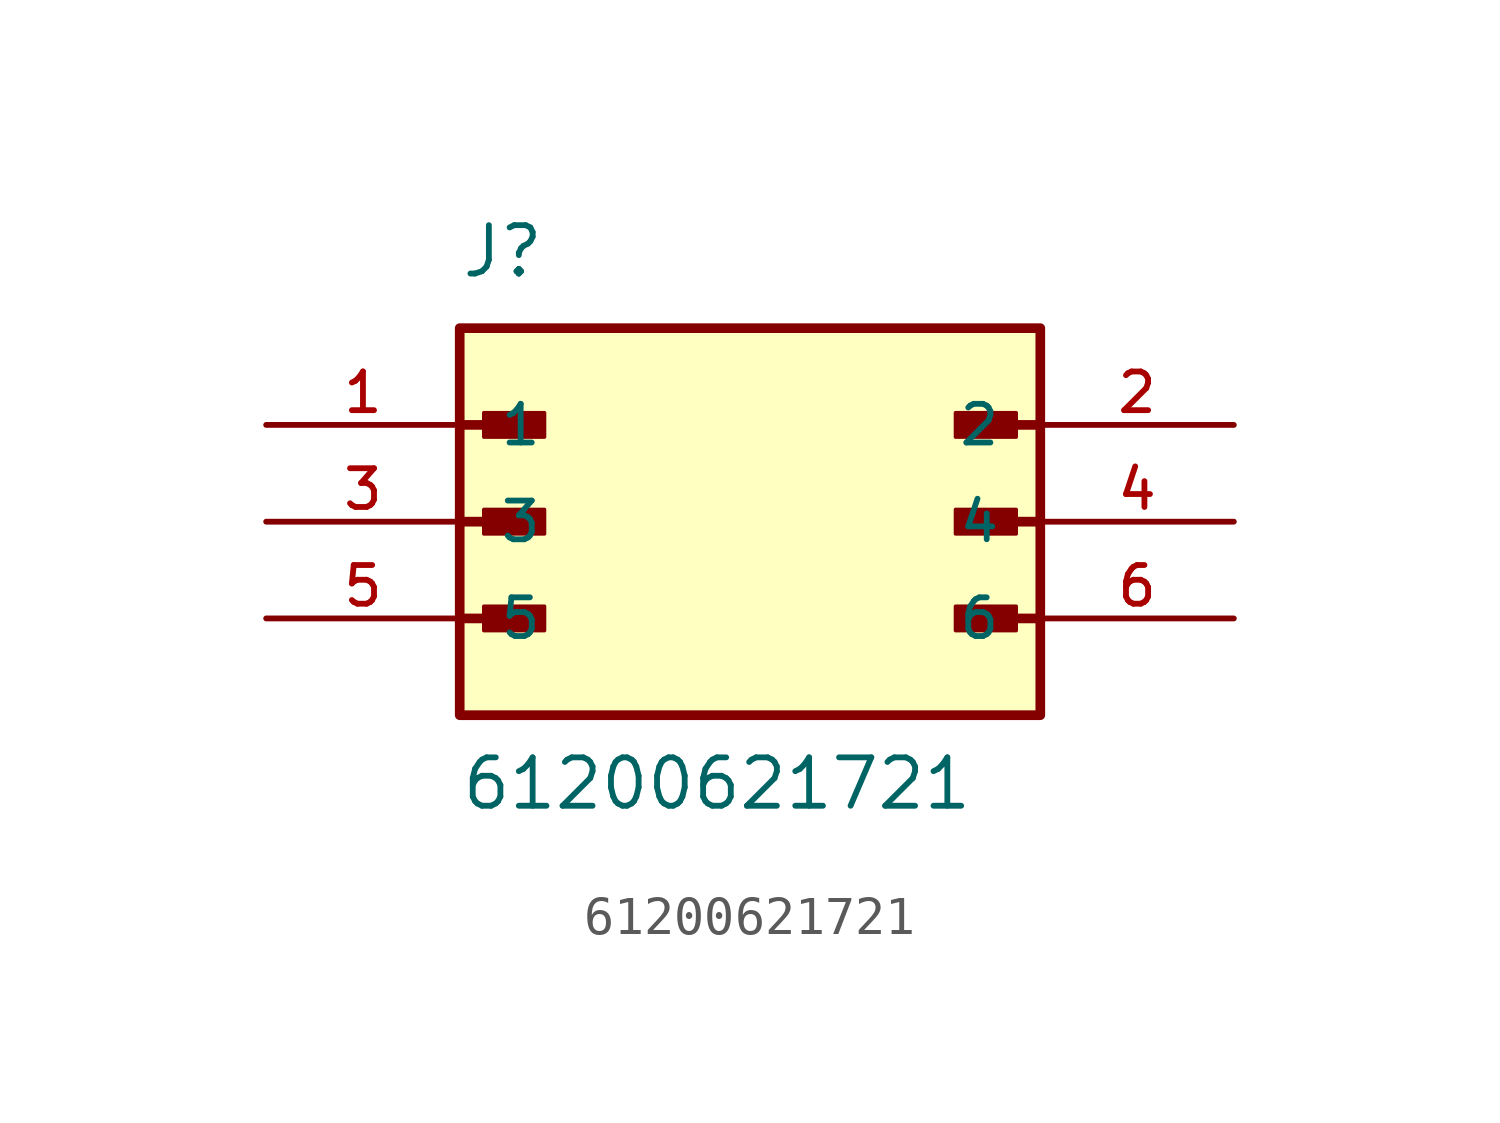
<source format=kicad_sym>
(kicad_symbol_lib
  (version 20211014)
  (generator kicad_symbol_editor)
  (symbol "61200621721"
    (pin_names
      (offset 1.016))
    (property "Reference" "J"
      (at -7.62 6.35 0)
      (effects (font (size 1.27 1.27)) (justify bottom left)))
    (property "Value" "61200621721"
      (at -7.62 -7.62 0)
      (effects (font (size 1.27 1.27)) (justify bottom left)))
    (symbol "61200621721_0_0"
      (polyline (pts (xy -7.62 2.54) (xy -5.715 2.54)) (stroke (width 0.254)))
      (rectangle (start -6.985 2.223) (end -5.397 2.857) (stroke (width 0.1)) (fill (type outline)))
      (polyline (pts (xy -7.62 0.0) (xy -5.715 0.0)) (stroke (width 0.254)))
      (rectangle (start -6.985 -0.318) (end -5.397 0.318) (stroke (width 0.1)) (fill (type outline)))
      (polyline (pts (xy -7.62 -2.54) (xy -5.715 -2.54)) (stroke (width 0.254)))
      (rectangle (start -6.985 -2.857) (end -5.397 -2.223) (stroke (width 0.1)) (fill (type outline)))
      (polyline (pts (xy 7.62 -2.54) (xy 5.715 -2.54)) (stroke (width 0.254)))
      (rectangle (start 5.397 -2.857) (end 6.985 -2.223) (stroke (width 0.1)) (fill (type outline)))
      (polyline (pts (xy 7.62 0.0) (xy 5.715 0.0)) (stroke (width 0.254)))
      (rectangle (start 5.397 -0.318) (end 6.985 0.318) (stroke (width 0.1)) (fill (type outline)))
      (polyline (pts (xy 7.62 2.54) (xy 5.715 2.54)) (stroke (width 0.254)))
      (rectangle (start 5.397 2.223) (end 6.985 2.857) (stroke (width 0.1)) (fill (type outline)))
      (rectangle (start -7.62 -5.08) (end 7.62 5.08) (stroke (width 0.254)) (fill (type background)))
      (pin passive line (at -12.7 2.54 0) (length 5.08) (name "1" (effects (font (size 1.016 1.016)))) (number "1" (effects (font (size 1.016 1.016)))))
      (pin passive line (at 12.7 2.54 180.0) (length 5.08) (name "2" (effects (font (size 1.016 1.016)))) (number "2" (effects (font (size 1.016 1.016)))))
      (pin passive line (at -12.7 0.0 0) (length 5.08) (name "3" (effects (font (size 1.016 1.016)))) (number "3" (effects (font (size 1.016 1.016)))))
      (pin passive line (at 12.7 0.0 180.0) (length 5.08) (name "4" (effects (font (size 1.016 1.016)))) (number "4" (effects (font (size 1.016 1.016)))))
      (pin passive line (at -12.7 -2.54 0) (length 5.08) (name "5" (effects (font (size 1.016 1.016)))) (number "5" (effects (font (size 1.016 1.016)))))
      (pin passive line (at 12.7 -2.54 180.0) (length 5.08) (name "6" (effects (font (size 1.016 1.016)))) (number "6" (effects (font (size 1.016 1.016))))))))
</source>
